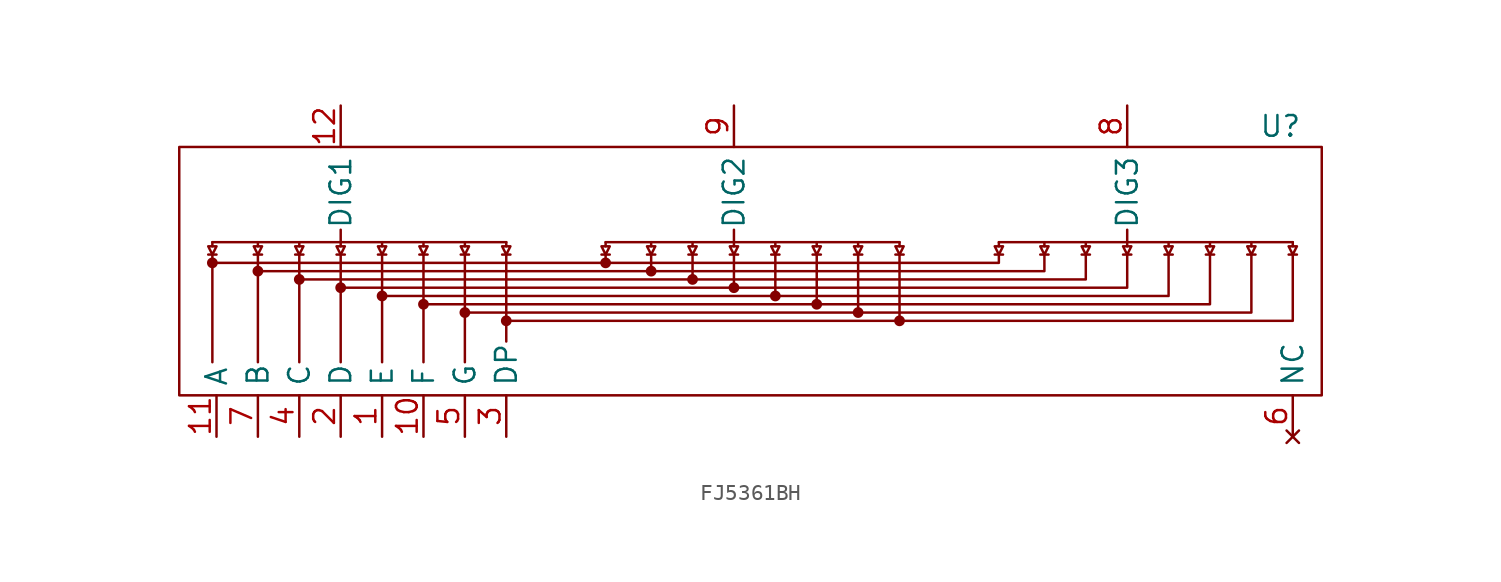
<source format=kicad_sym>
(kicad_symbol_lib
  (version 20231120)
  (generator "kicad_symbol_editor")
  (generator_version "8.0")
  (symbol "FJ5361BH"
    (property "Reference" "U"
      (at 33.528 8.89 0)
      (effects (font (size 1.27 1.27))))
    (property "Value" ""
      (at -12.446 1.27 0)
      (effects (font (size 1.27 1.27))))
    (symbol "FJ5361BH_0_1"
      (polyline (pts (xy -32.258 1.016) (xy -31.75 1.016)) (stroke (width 0) (type default)) (fill (type none)))
      (polyline (pts (xy -32.004 1.016) (xy -32.004 -5.588)) (stroke (width 0) (type default)) (fill (type none)))
      (polyline (pts (xy -32.004 1.524) (xy -32.004 1.778)) (stroke (width 0) (type default)) (fill (type none)))
      (polyline (pts (xy -29.464 1.016) (xy -28.956 1.016)) (stroke (width 0) (type default)) (fill (type none)))
      (polyline (pts (xy -29.21 1.016) (xy -29.21 -5.588)) (stroke (width 0) (type default)) (fill (type none)))
      (polyline (pts (xy -29.21 1.016) (xy -29.21 1.016)) (stroke (width 0) (type default)) (fill (type none)))
      (polyline (pts (xy -29.21 1.524) (xy -29.21 1.778)) (stroke (width 0) (type default)) (fill (type none)))
      (polyline (pts (xy -26.924 1.016) (xy -26.416 1.016)) (stroke (width 0) (type default)) (fill (type none)))
      (polyline (pts (xy -26.67 1.016) (xy -26.67 -5.588)) (stroke (width 0) (type default)) (fill (type none)))
      (polyline (pts (xy -26.67 1.016) (xy -26.67 1.016)) (stroke (width 0) (type default)) (fill (type none)))
      (polyline (pts (xy -26.67 1.524) (xy -26.67 1.778)) (stroke (width 0) (type default)) (fill (type none)))
      (polyline (pts (xy -24.384 1.016) (xy -23.876 1.016)) (stroke (width 0) (type default)) (fill (type none)))
      (polyline (pts (xy -24.13 1.016) (xy -24.13 -5.588)) (stroke (width 0) (type default)) (fill (type none)))
      (polyline (pts (xy -24.13 1.524) (xy -24.13 1.778)) (stroke (width 0) (type default)) (fill (type none)))
      (polyline (pts (xy -21.844 1.016) (xy -21.336 1.016)) (stroke (width 0) (type default)) (fill (type none)))
      (polyline (pts (xy -21.59 1.016) (xy -21.59 -5.588)) (stroke (width 0) (type default)) (fill (type none)))
      (polyline (pts (xy -21.59 1.524) (xy -21.59 1.778)) (stroke (width 0) (type default)) (fill (type none)))
      (polyline (pts (xy -19.304 1.016) (xy -18.796 1.016)) (stroke (width 0) (type default)) (fill (type none)))
      (polyline (pts (xy -19.05 1.016) (xy -19.05 -5.588)) (stroke (width 0) (type default)) (fill (type none)))
      (polyline (pts (xy -19.05 1.524) (xy -19.05 1.778)) (stroke (width 0) (type default)) (fill (type none)))
      (polyline (pts (xy -16.764 1.016) (xy -16.256 1.016)) (stroke (width 0) (type default)) (fill (type none)))
      (polyline (pts (xy -16.51 1.016) (xy -16.51 -5.588)) (stroke (width 0) (type default)) (fill (type none)))
      (polyline (pts (xy -16.51 1.524) (xy -16.51 1.778)) (stroke (width 0) (type default)) (fill (type none)))
      (polyline (pts (xy -14.224 1.016) (xy -13.716 1.016)) (stroke (width 0) (type default)) (fill (type none)))
      (polyline (pts (xy -13.97 1.016) (xy -13.97 -4.318)) (stroke (width 0) (type default)) (fill (type none)))
      (polyline (pts (xy -13.97 1.524) (xy -13.97 1.778)) (stroke (width 0) (type default)) (fill (type none)))
      (polyline (pts (xy -8.128 1.016) (xy -7.62 1.016)) (stroke (width 0) (type default)) (fill (type none)))
      (polyline (pts (xy -7.874 1.524) (xy -7.874 1.778)) (stroke (width 0) (type default)) (fill (type none)))
      (polyline (pts (xy -5.334 1.016) (xy -4.826 1.016)) (stroke (width 0) (type default)) (fill (type none)))
      (polyline (pts (xy -5.08 1.524) (xy -5.08 1.778)) (stroke (width 0) (type default)) (fill (type none)))
      (polyline (pts (xy -2.794 1.016) (xy -2.286 1.016)) (stroke (width 0) (type default)) (fill (type none)))
      (polyline (pts (xy -2.54 1.524) (xy -2.54 1.778)) (stroke (width 0) (type default)) (fill (type none)))
      (polyline (pts (xy -0.254 1.016) (xy 0.254 1.016)) (stroke (width 0) (type default)) (fill (type none)))
      (polyline (pts (xy 0 1.524) (xy 0 1.778)) (stroke (width 0) (type default)) (fill (type none)))
      (polyline (pts (xy 2.286 1.016) (xy 2.794 1.016)) (stroke (width 0) (type default)) (fill (type none)))
      (polyline (pts (xy 2.54 1.524) (xy 2.54 1.778)) (stroke (width 0) (type default)) (fill (type none)))
      (polyline (pts (xy 4.826 1.016) (xy 5.334 1.016)) (stroke (width 0) (type default)) (fill (type none)))
      (polyline (pts (xy 5.08 1.524) (xy 5.08 1.778)) (stroke (width 0) (type default)) (fill (type none)))
      (polyline (pts (xy 7.366 1.016) (xy 7.874 1.016)) (stroke (width 0) (type default)) (fill (type none)))
      (polyline (pts (xy 7.62 1.524) (xy 7.62 1.778)) (stroke (width 0) (type default)) (fill (type none)))
      (polyline (pts (xy 9.906 1.016) (xy 10.414 1.016)) (stroke (width 0) (type default)) (fill (type none)))
      (polyline (pts (xy 10.16 1.524) (xy 10.16 1.778)) (stroke (width 0) (type default)) (fill (type none)))
      (polyline (pts (xy 16.002 1.016) (xy 16.51 1.016)) (stroke (width 0) (type default)) (fill (type none)))
      (polyline (pts (xy 16.256 1.524) (xy 16.256 1.778)) (stroke (width 0) (type default)) (fill (type none)))
      (polyline (pts (xy 18.796 1.016) (xy 19.304 1.016)) (stroke (width 0) (type default)) (fill (type none)))
      (polyline (pts (xy 19.05 1.524) (xy 19.05 1.778)) (stroke (width 0) (type default)) (fill (type none)))
      (polyline (pts (xy 21.336 1.016) (xy 21.844 1.016)) (stroke (width 0) (type default)) (fill (type none)))
      (polyline (pts (xy 21.59 1.524) (xy 21.59 1.778)) (stroke (width 0) (type default)) (fill (type none)))
      (polyline (pts (xy 23.876 1.016) (xy 24.384 1.016)) (stroke (width 0) (type default)) (fill (type none)))
      (polyline (pts (xy 24.13 1.524) (xy 24.13 1.778)) (stroke (width 0) (type default)) (fill (type none)))
      (polyline (pts (xy 26.416 1.016) (xy 26.924 1.016)) (stroke (width 0) (type default)) (fill (type none)))
      (polyline (pts (xy 26.67 1.524) (xy 26.67 1.778)) (stroke (width 0) (type default)) (fill (type none)))
      (polyline (pts (xy 28.956 1.016) (xy 29.464 1.016)) (stroke (width 0) (type default)) (fill (type none)))
      (polyline (pts (xy 29.21 1.524) (xy 29.21 1.778)) (stroke (width 0) (type default)) (fill (type none)))
      (polyline (pts (xy 31.496 1.016) (xy 32.004 1.016)) (stroke (width 0) (type default)) (fill (type none)))
      (polyline (pts (xy 31.75 1.524) (xy 31.75 1.778)) (stroke (width 0) (type default)) (fill (type none)))
      (polyline (pts (xy 34.036 1.016) (xy 34.544 1.016)) (stroke (width 0) (type default)) (fill (type none)))
      (polyline (pts (xy 34.29 1.524) (xy 34.29 1.778)) (stroke (width 0) (type default)) (fill (type none)))
      (polyline (pts (xy -32.004 0.508) (xy -7.874 0.508) (xy -7.874 1.016)) (stroke (width 0) (type default)) (fill (type none)))
      (polyline (pts (xy -7.874 0.508) (xy 16.256 0.508) (xy 16.256 1.016)) (stroke (width 0) (type default)) (fill (type none)))
      (polyline (pts (xy -32.258 1.524) (xy -32.004 1.016) (xy -31.75 1.524) (xy -32.258 1.524)) (stroke (width 0) (type default)) (fill (type none)))
      (polyline (pts (xy -29.464 1.524) (xy -29.21 1.016) (xy -28.956 1.524) (xy -29.464 1.524)) (stroke (width 0) (type default)) (fill (type none)))
      (polyline (pts (xy -26.924 1.524) (xy -26.67 1.016) (xy -26.416 1.524) (xy -26.924 1.524)) (stroke (width 0) (type default)) (fill (type none)))
      (polyline (pts (xy -24.384 1.524) (xy -24.13 1.016) (xy -23.876 1.524) (xy -24.384 1.524)) (stroke (width 0) (type default)) (fill (type none)))
      (polyline (pts (xy -21.844 1.524) (xy -21.59 1.016) (xy -21.336 1.524) (xy -21.844 1.524)) (stroke (width 0) (type default)) (fill (type none)))
      (polyline (pts (xy -19.304 1.524) (xy -19.05 1.016) (xy -18.796 1.524) (xy -19.304 1.524)) (stroke (width 0) (type default)) (fill (type none)))
      (polyline (pts (xy -16.764 1.524) (xy -16.51 1.016) (xy -16.256 1.524) (xy -16.764 1.524)) (stroke (width 0) (type default)) (fill (type none)))
      (polyline (pts (xy -14.224 1.524) (xy -13.97 1.016) (xy -13.716 1.524) (xy -14.224 1.524)) (stroke (width 0) (type default)) (fill (type none)))
      (polyline (pts (xy -8.128 1.524) (xy -7.874 1.016) (xy -7.62 1.524) (xy -8.128 1.524)) (stroke (width 0) (type default)) (fill (type none)))
      (polyline (pts (xy -5.334 1.524) (xy -5.08 1.016) (xy -4.826 1.524) (xy -5.334 1.524)) (stroke (width 0) (type default)) (fill (type none)))
      (polyline (pts (xy -2.794 1.524) (xy -2.54 1.016) (xy -2.286 1.524) (xy -2.794 1.524)) (stroke (width 0) (type default)) (fill (type none)))
      (polyline (pts (xy -0.254 1.524) (xy 0 1.016) (xy 0.254 1.524) (xy -0.254 1.524)) (stroke (width 0) (type default)) (fill (type none)))
      (polyline (pts (xy 2.286 1.524) (xy 2.54 1.016) (xy 2.794 1.524) (xy 2.286 1.524)) (stroke (width 0) (type default)) (fill (type none)))
      (polyline (pts (xy 4.826 1.524) (xy 5.08 1.016) (xy 5.334 1.524) (xy 4.826 1.524)) (stroke (width 0) (type default)) (fill (type none)))
      (polyline (pts (xy 7.366 1.524) (xy 7.62 1.016) (xy 7.874 1.524) (xy 7.366 1.524)) (stroke (width 0) (type default)) (fill (type none)))
      (polyline (pts (xy 9.906 1.524) (xy 10.16 1.016) (xy 10.414 1.524) (xy 9.906 1.524)) (stroke (width 0) (type default)) (fill (type none)))
      (polyline (pts (xy 16.002 1.524) (xy 16.256 1.016) (xy 16.51 1.524) (xy 16.002 1.524)) (stroke (width 0) (type default)) (fill (type none)))
      (polyline (pts (xy 18.796 1.524) (xy 19.05 1.016) (xy 19.304 1.524) (xy 18.796 1.524)) (stroke (width 0) (type default)) (fill (type none)))
      (polyline (pts (xy 21.336 1.524) (xy 21.59 1.016) (xy 21.844 1.524) (xy 21.336 1.524)) (stroke (width 0) (type default)) (fill (type none)))
      (polyline (pts (xy 23.876 1.524) (xy 24.13 1.016) (xy 24.384 1.524) (xy 23.876 1.524)) (stroke (width 0) (type default)) (fill (type none)))
      (polyline (pts (xy 26.416 1.524) (xy 26.67 1.016) (xy 26.924 1.524) (xy 26.416 1.524)) (stroke (width 0) (type default)) (fill (type none)))
      (polyline (pts (xy 28.956 1.524) (xy 29.21 1.016) (xy 29.464 1.524) (xy 28.956 1.524)) (stroke (width 0) (type default)) (fill (type none)))
      (polyline (pts (xy 31.496 1.524) (xy 31.75 1.016) (xy 32.004 1.524) (xy 31.496 1.524)) (stroke (width 0) (type default)) (fill (type none)))
      (polyline (pts (xy 34.036 1.524) (xy 34.29 1.016) (xy 34.544 1.524) (xy 34.036 1.524)) (stroke (width 0) (type default)) (fill (type none))))
    (symbol "FJ5361BH_1_1"
      (rectangle (start -34.036 7.62) (end 36.068 -7.62) (stroke (width 0) (type default)) (fill (type none)))
      (circle (center -32.004 0.508) (radius 0.254) (stroke (width 0) (type default)) (fill (type outline)))
      (circle (center -29.21 0) (radius 0.254) (stroke (width 0) (type default)) (fill (type outline)))
      (circle (center -26.67 -0.508) (radius 0.254) (stroke (width 0) (type default)) (fill (type outline)))
      (circle (center -24.13 -1.016) (radius 0.254) (stroke (width 0) (type default)) (fill (type outline)))
      (circle (center -21.59 -1.524) (radius 0.254) (stroke (width 0) (type default)) (fill (type outline)))
      (circle (center -19.05 -2.032) (radius 0.254) (stroke (width 0) (type default)) (fill (type outline)))
      (circle (center -16.51 -2.54) (radius 0.254) (stroke (width 0) (type default)) (fill (type outline)))
      (circle (center -13.97 -3.048) (radius 0.254) (stroke (width 0) (type default)) (fill (type outline)))
      (circle (center -7.874 0.508) (radius 0.254) (stroke (width 0) (type default)) (fill (type outline)))
      (circle (center -5.08 0) (radius 0.254) (stroke (width 0) (type default)) (fill (type outline)))
      (circle (center -2.54 -0.508) (radius 0.254) (stroke (width 0) (type default)) (fill (type outline)))
      (circle (center 0 -1.016) (radius 0.254) (stroke (width 0) (type default)) (fill (type outline)))
      (polyline (pts (xy -32.004 1.778) (xy -13.97 1.778)) (stroke (width 0) (type default)) (fill (type none)))
      (polyline (pts (xy -24.13 1.778) (xy -24.13 2.54)) (stroke (width 0) (type default)) (fill (type none)))
      (polyline (pts (xy -7.874 1.778) (xy 10.16 1.778)) (stroke (width 0) (type default)) (fill (type none)))
      (polyline (pts (xy 0 1.778) (xy 0 2.54)) (stroke (width 0) (type default)) (fill (type none)))
      (polyline (pts (xy 16.256 1.778) (xy 34.29 1.778)) (stroke (width 0) (type default)) (fill (type none)))
      (polyline (pts (xy 24.13 1.778) (xy 24.13 2.54)) (stroke (width 0) (type default)) (fill (type none)))
      (polyline (pts (xy -29.21 0) (xy -5.08 0) (xy -5.08 1.016)) (stroke (width 0) (type default)) (fill (type none)))
      (polyline (pts (xy -26.67 -0.508) (xy -2.54 -0.508) (xy -2.54 1.016)) (stroke (width 0) (type default)) (fill (type none)))
      (polyline (pts (xy -24.13 -1.016) (xy 0 -1.016) (xy 0 1.016)) (stroke (width 0) (type default)) (fill (type none)))
      (polyline (pts (xy -21.59 -1.524) (xy 2.54 -1.524) (xy 2.54 1.016)) (stroke (width 0) (type default)) (fill (type none)))
      (polyline (pts (xy -19.05 -2.032) (xy 5.08 -2.032) (xy 5.08 1.016)) (stroke (width 0) (type default)) (fill (type none)))
      (polyline (pts (xy -5.08 0) (xy 19.05 0) (xy 19.05 1.016)) (stroke (width 0) (type default)) (fill (type none)))
      (polyline (pts (xy -2.54 -0.508) (xy 21.59 -0.508) (xy 21.59 1.016)) (stroke (width 0) (type default)) (fill (type none)))
      (polyline (pts (xy 0 -1.016) (xy 24.13 -1.016) (xy 24.13 1.016)) (stroke (width 0) (type default)) (fill (type none)))
      (polyline (pts (xy 2.54 -1.524) (xy 26.67 -1.524) (xy 26.67 1.016)) (stroke (width 0) (type default)) (fill (type none)))
      (polyline (pts (xy 5.08 -2.032) (xy 29.21 -2.032) (xy 29.21 1.016)) (stroke (width 0) (type default)) (fill (type none)))
      (polyline (pts (xy 7.62 -2.54) (xy 31.75 -2.54) (xy 31.75 1.016)) (stroke (width 0) (type default)) (fill (type none)))
      (polyline (pts (xy 7.62 1.016) (xy 7.62 -2.54) (xy -16.51 -2.54)) (stroke (width 0) (type default)) (fill (type none)))
      (polyline (pts (xy 10.16 -3.048) (xy 34.29 -3.048) (xy 34.29 1.016)) (stroke (width 0) (type default)) (fill (type none)))
      (polyline (pts (xy 10.16 1.016) (xy 10.16 -3.048) (xy -13.97 -3.048)) (stroke (width 0) (type default)) (fill (type none)))
      (circle (center 2.54 -1.524) (radius 0.254) (stroke (width 0) (type default)) (fill (type outline)))
      (circle (center 5.08 -2.032) (radius 0.254) (stroke (width 0) (type default)) (fill (type outline)))
      (circle (center 7.62 -2.54) (radius 0.254) (stroke (width 0) (type default)) (fill (type outline)))
      (circle (center 10.16 -3.048) (radius 0.254) (stroke (width 0) (type default)) (fill (type outline)))
      (pin input line (at -21.59 -10.16 90) (length 2.54) (name "E" (effects (font (size 1.27 1.27)))) (number "1" (effects (font (size 1.27 1.27)))))
      (pin input line (at -19.05 -10.16 90) (length 2.54) (name "F" (effects (font (size 1.27 1.27)))) (number "10" (effects (font (size 1.27 1.27)))))
      (pin input line (at -31.75 -10.16 90) (length 2.54) (name "A" (effects (font (size 1.27 1.27)))) (number "11" (effects (font (size 1.27 1.27)))))
      (pin input line (at -24.13 10.16 270) (length 2.54) (name "DIG1" (effects (font (size 1.27 1.27)))) (number "12" (effects (font (size 1.27 1.27)))))
      (pin input line (at -24.13 -10.16 90) (length 2.54) (name "D" (effects (font (size 1.27 1.27)))) (number "2" (effects (font (size 1.27 1.27)))))
      (pin input line (at -13.97 -10.16 90) (length 2.54) (name "DP" (effects (font (size 1.27 1.27)))) (number "3" (effects (font (size 1.27 1.27)))))
      (pin input line (at -26.67 -10.16 90) (length 2.54) (name "C" (effects (font (size 1.27 1.27)))) (number "4" (effects (font (size 1.27 1.27)))))
      (pin input line (at -16.51 -10.16 90) (length 2.54) (name "G" (effects (font (size 1.27 1.27)))) (number "5" (effects (font (size 1.27 1.27)))))
      (pin no_connect line (at 34.29 -10.16 90) (length 2.54) (name "NC" (effects (font (size 1.27 1.27)))) (number "6" (effects (font (size 1.27 1.27)))))
      (pin input line (at -29.21 -10.16 90) (length 2.54) (name "B" (effects (font (size 1.27 1.27)))) (number "7" (effects (font (size 1.27 1.27)))))
      (pin input line (at 24.13 10.16 270) (length 2.54) (name "DIG3" (effects (font (size 1.27 1.27)))) (number "8" (effects (font (size 1.27 1.27)))))
      (pin input line (at 0 10.16 270) (length 2.54) (name "DIG2" (effects (font (size 1.27 1.27)))) (number "9" (effects (font (size 1.27 1.27))))))))
</source>
